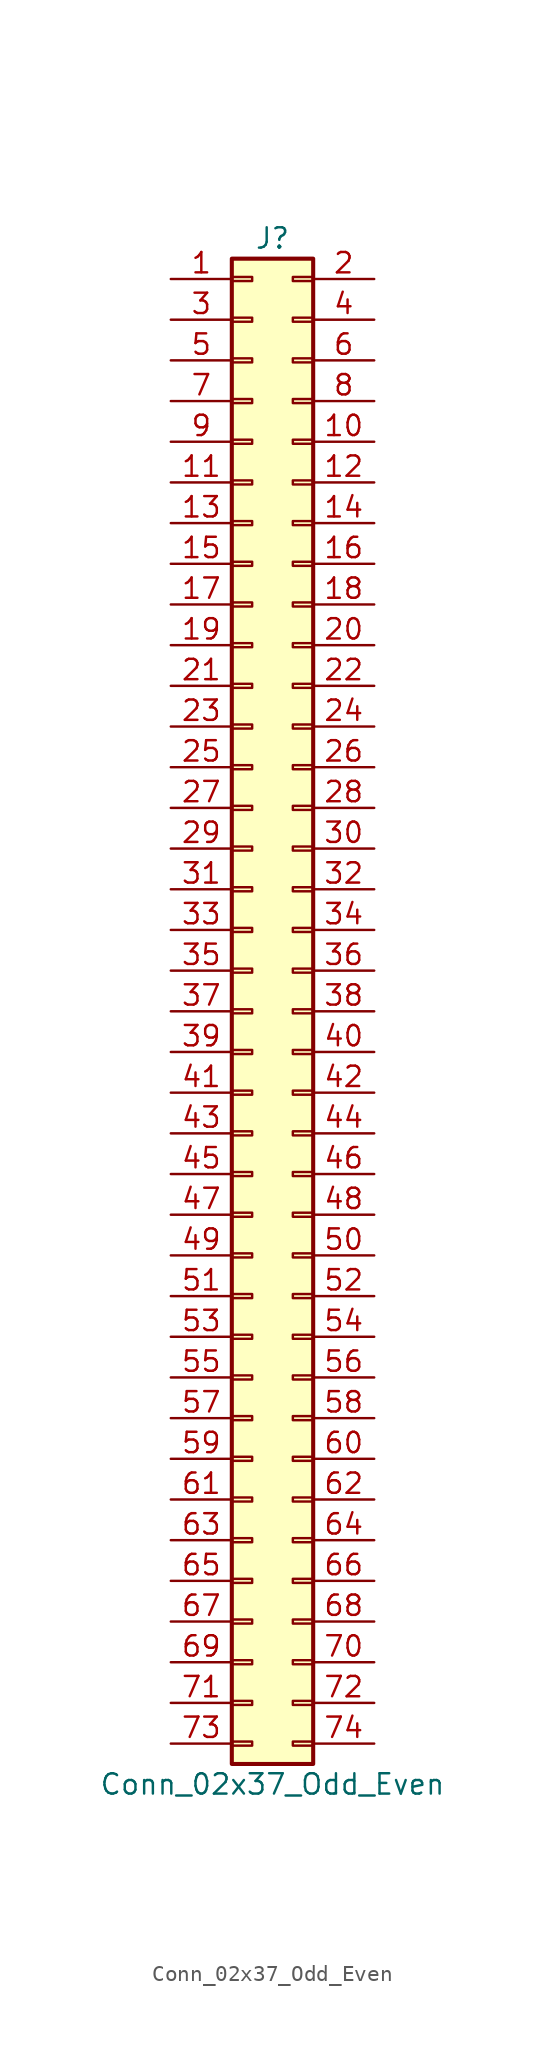
<source format=kicad_sym>
(kicad_symbol_lib
  (version 20201005)
  (generator kicad_symbol_editor)
  (symbol "Conn_02x37_Odd_Even"
    (pin_names
      (offset 1.016) hide)
    (property "Reference" "J"
      (at 1.27 48.26 0)
      (effects (font (size 1.27 1.27))))
    (property "Value" "Conn_02x37_Odd_Even"
      (at 1.27 -48.26 0)
      (effects (font (size 1.27 1.27))))
    (symbol "Conn_02x37_Odd_Even_1_1"
      (rectangle (start -1.27 -45.593) (end 0 -45.847) (stroke (width 0.152)) (fill (type none)))
      (rectangle (start -1.27 -43.053) (end 0 -43.307) (stroke (width 0.152)) (fill (type none)))
      (rectangle (start -1.27 -40.513) (end 0 -40.767) (stroke (width 0.152)) (fill (type none)))
      (rectangle (start -1.27 -37.973) (end 0 -38.227) (stroke (width 0.152)) (fill (type none)))
      (rectangle (start -1.27 -35.433) (end 0 -35.687) (stroke (width 0.152)) (fill (type none)))
      (rectangle (start -1.27 -32.893) (end 0 -33.147) (stroke (width 0.152)) (fill (type none)))
      (rectangle (start -1.27 -30.353) (end 0 -30.607) (stroke (width 0.152)) (fill (type none)))
      (rectangle (start -1.27 -27.813) (end 0 -28.067) (stroke (width 0.152)) (fill (type none)))
      (rectangle (start -1.27 -25.273) (end 0 -25.527) (stroke (width 0.152)) (fill (type none)))
      (rectangle (start -1.27 -22.733) (end 0 -22.987) (stroke (width 0.152)) (fill (type none)))
      (rectangle (start -1.27 -20.193) (end 0 -20.447) (stroke (width 0.152)) (fill (type none)))
      (rectangle (start -1.27 -17.653) (end 0 -17.907) (stroke (width 0.152)) (fill (type none)))
      (rectangle (start -1.27 -15.113) (end 0 -15.367) (stroke (width 0.152)) (fill (type none)))
      (rectangle (start -1.27 -12.573) (end 0 -12.827) (stroke (width 0.152)) (fill (type none)))
      (rectangle (start -1.27 -10.033) (end 0 -10.287) (stroke (width 0.152)) (fill (type none)))
      (rectangle (start -1.27 -7.493) (end 0 -7.747) (stroke (width 0.152)) (fill (type none)))
      (rectangle (start -1.27 -4.953) (end 0 -5.207) (stroke (width 0.152)) (fill (type none)))
      (rectangle (start -1.27 -2.413) (end 0 -2.667) (stroke (width 0.152)) (fill (type none)))
      (rectangle (start -1.27 0.127) (end 0 -0.127) (stroke (width 0.152)) (fill (type none)))
      (rectangle (start -1.27 2.667) (end 0 2.413) (stroke (width 0.152)) (fill (type none)))
      (rectangle (start -1.27 5.207) (end 0 4.953) (stroke (width 0.152)) (fill (type none)))
      (rectangle (start -1.27 7.747) (end 0 7.493) (stroke (width 0.152)) (fill (type none)))
      (rectangle (start -1.27 10.287) (end 0 10.033) (stroke (width 0.152)) (fill (type none)))
      (rectangle (start -1.27 12.827) (end 0 12.573) (stroke (width 0.152)) (fill (type none)))
      (rectangle (start -1.27 15.367) (end 0 15.113) (stroke (width 0.152)) (fill (type none)))
      (rectangle (start -1.27 17.907) (end 0 17.653) (stroke (width 0.152)) (fill (type none)))
      (rectangle (start -1.27 20.447) (end 0 20.193) (stroke (width 0.152)) (fill (type none)))
      (rectangle (start -1.27 22.987) (end 0 22.733) (stroke (width 0.152)) (fill (type none)))
      (rectangle (start -1.27 25.527) (end 0 25.273) (stroke (width 0.152)) (fill (type none)))
      (rectangle (start -1.27 28.067) (end 0 27.813) (stroke (width 0.152)) (fill (type none)))
      (rectangle (start -1.27 30.607) (end 0 30.353) (stroke (width 0.152)) (fill (type none)))
      (rectangle (start -1.27 33.147) (end 0 32.893) (stroke (width 0.152)) (fill (type none)))
      (rectangle (start -1.27 35.687) (end 0 35.433) (stroke (width 0.152)) (fill (type none)))
      (rectangle (start -1.27 38.227) (end 0 37.973) (stroke (width 0.152)) (fill (type none)))
      (rectangle (start -1.27 40.767) (end 0 40.513) (stroke (width 0.152)) (fill (type none)))
      (rectangle (start -1.27 43.307) (end 0 43.053) (stroke (width 0.152)) (fill (type none)))
      (rectangle (start -1.27 45.847) (end 0 45.593) (stroke (width 0.152)) (fill (type none)))
      (rectangle (start -1.27 46.99) (end 3.81 -46.99) (stroke (width 0.254)) (fill (type background)))
      (rectangle (start 3.81 -45.593) (end 2.54 -45.847) (stroke (width 0.152)) (fill (type none)))
      (rectangle (start 3.81 -43.053) (end 2.54 -43.307) (stroke (width 0.152)) (fill (type none)))
      (rectangle (start 3.81 -40.513) (end 2.54 -40.767) (stroke (width 0.152)) (fill (type none)))
      (rectangle (start 3.81 -37.973) (end 2.54 -38.227) (stroke (width 0.152)) (fill (type none)))
      (rectangle (start 3.81 -35.433) (end 2.54 -35.687) (stroke (width 0.152)) (fill (type none)))
      (rectangle (start 3.81 -32.893) (end 2.54 -33.147) (stroke (width 0.152)) (fill (type none)))
      (rectangle (start 3.81 -30.353) (end 2.54 -30.607) (stroke (width 0.152)) (fill (type none)))
      (rectangle (start 3.81 -27.813) (end 2.54 -28.067) (stroke (width 0.152)) (fill (type none)))
      (rectangle (start 3.81 -25.273) (end 2.54 -25.527) (stroke (width 0.152)) (fill (type none)))
      (rectangle (start 3.81 -22.733) (end 2.54 -22.987) (stroke (width 0.152)) (fill (type none)))
      (rectangle (start 3.81 -20.193) (end 2.54 -20.447) (stroke (width 0.152)) (fill (type none)))
      (rectangle (start 3.81 -17.653) (end 2.54 -17.907) (stroke (width 0.152)) (fill (type none)))
      (rectangle (start 3.81 -15.113) (end 2.54 -15.367) (stroke (width 0.152)) (fill (type none)))
      (rectangle (start 3.81 -12.573) (end 2.54 -12.827) (stroke (width 0.152)) (fill (type none)))
      (rectangle (start 3.81 -10.033) (end 2.54 -10.287) (stroke (width 0.152)) (fill (type none)))
      (rectangle (start 3.81 -7.493) (end 2.54 -7.747) (stroke (width 0.152)) (fill (type none)))
      (rectangle (start 3.81 -4.953) (end 2.54 -5.207) (stroke (width 0.152)) (fill (type none)))
      (rectangle (start 3.81 -2.413) (end 2.54 -2.667) (stroke (width 0.152)) (fill (type none)))
      (rectangle (start 3.81 0.127) (end 2.54 -0.127) (stroke (width 0.152)) (fill (type none)))
      (rectangle (start 3.81 2.667) (end 2.54 2.413) (stroke (width 0.152)) (fill (type none)))
      (rectangle (start 3.81 5.207) (end 2.54 4.953) (stroke (width 0.152)) (fill (type none)))
      (rectangle (start 3.81 7.747) (end 2.54 7.493) (stroke (width 0.152)) (fill (type none)))
      (rectangle (start 3.81 10.287) (end 2.54 10.033) (stroke (width 0.152)) (fill (type none)))
      (rectangle (start 3.81 12.827) (end 2.54 12.573) (stroke (width 0.152)) (fill (type none)))
      (rectangle (start 3.81 15.367) (end 2.54 15.113) (stroke (width 0.152)) (fill (type none)))
      (rectangle (start 3.81 17.907) (end 2.54 17.653) (stroke (width 0.152)) (fill (type none)))
      (rectangle (start 3.81 20.447) (end 2.54 20.193) (stroke (width 0.152)) (fill (type none)))
      (rectangle (start 3.81 22.987) (end 2.54 22.733) (stroke (width 0.152)) (fill (type none)))
      (rectangle (start 3.81 25.527) (end 2.54 25.273) (stroke (width 0.152)) (fill (type none)))
      (rectangle (start 3.81 28.067) (end 2.54 27.813) (stroke (width 0.152)) (fill (type none)))
      (rectangle (start 3.81 30.607) (end 2.54 30.353) (stroke (width 0.152)) (fill (type none)))
      (rectangle (start 3.81 33.147) (end 2.54 32.893) (stroke (width 0.152)) (fill (type none)))
      (rectangle (start 3.81 35.687) (end 2.54 35.433) (stroke (width 0.152)) (fill (type none)))
      (rectangle (start 3.81 38.227) (end 2.54 37.973) (stroke (width 0.152)) (fill (type none)))
      (rectangle (start 3.81 40.767) (end 2.54 40.513) (stroke (width 0.152)) (fill (type none)))
      (rectangle (start 3.81 43.307) (end 2.54 43.053) (stroke (width 0.152)) (fill (type none)))
      (rectangle (start 3.81 45.847) (end 2.54 45.593) (stroke (width 0.152)) (fill (type none)))
      (pin passive line (at -5.08 45.72 0) (length 3.81) (name "Pin_1" (effects (font (size 1.27 1.27)))) (number "1" (effects (font (size 1.27 1.27)))))
      (pin passive line (at 7.62 35.56 180) (length 3.81) (name "Pin_10" (effects (font (size 1.27 1.27)))) (number "10" (effects (font (size 1.27 1.27)))))
      (pin passive line (at -5.08 33.02 0) (length 3.81) (name "Pin_11" (effects (font (size 1.27 1.27)))) (number "11" (effects (font (size 1.27 1.27)))))
      (pin passive line (at 7.62 33.02 180) (length 3.81) (name "Pin_12" (effects (font (size 1.27 1.27)))) (number "12" (effects (font (size 1.27 1.27)))))
      (pin passive line (at -5.08 30.48 0) (length 3.81) (name "Pin_13" (effects (font (size 1.27 1.27)))) (number "13" (effects (font (size 1.27 1.27)))))
      (pin passive line (at 7.62 30.48 180) (length 3.81) (name "Pin_14" (effects (font (size 1.27 1.27)))) (number "14" (effects (font (size 1.27 1.27)))))
      (pin passive line (at -5.08 27.94 0) (length 3.81) (name "Pin_15" (effects (font (size 1.27 1.27)))) (number "15" (effects (font (size 1.27 1.27)))))
      (pin passive line (at 7.62 27.94 180) (length 3.81) (name "Pin_16" (effects (font (size 1.27 1.27)))) (number "16" (effects (font (size 1.27 1.27)))))
      (pin passive line (at -5.08 25.4 0) (length 3.81) (name "Pin_17" (effects (font (size 1.27 1.27)))) (number "17" (effects (font (size 1.27 1.27)))))
      (pin passive line (at 7.62 25.4 180) (length 3.81) (name "Pin_18" (effects (font (size 1.27 1.27)))) (number "18" (effects (font (size 1.27 1.27)))))
      (pin passive line (at -5.08 22.86 0) (length 3.81) (name "Pin_19" (effects (font (size 1.27 1.27)))) (number "19" (effects (font (size 1.27 1.27)))))
      (pin passive line (at 7.62 45.72 180) (length 3.81) (name "Pin_2" (effects (font (size 1.27 1.27)))) (number "2" (effects (font (size 1.27 1.27)))))
      (pin passive line (at 7.62 22.86 180) (length 3.81) (name "Pin_20" (effects (font (size 1.27 1.27)))) (number "20" (effects (font (size 1.27 1.27)))))
      (pin passive line (at -5.08 20.32 0) (length 3.81) (name "Pin_21" (effects (font (size 1.27 1.27)))) (number "21" (effects (font (size 1.27 1.27)))))
      (pin passive line (at 7.62 20.32 180) (length 3.81) (name "Pin_22" (effects (font (size 1.27 1.27)))) (number "22" (effects (font (size 1.27 1.27)))))
      (pin passive line (at -5.08 17.78 0) (length 3.81) (name "Pin_23" (effects (font (size 1.27 1.27)))) (number "23" (effects (font (size 1.27 1.27)))))
      (pin passive line (at 7.62 17.78 180) (length 3.81) (name "Pin_24" (effects (font (size 1.27 1.27)))) (number "24" (effects (font (size 1.27 1.27)))))
      (pin passive line (at -5.08 15.24 0) (length 3.81) (name "Pin_25" (effects (font (size 1.27 1.27)))) (number "25" (effects (font (size 1.27 1.27)))))
      (pin passive line (at 7.62 15.24 180) (length 3.81) (name "Pin_26" (effects (font (size 1.27 1.27)))) (number "26" (effects (font (size 1.27 1.27)))))
      (pin passive line (at -5.08 12.7 0) (length 3.81) (name "Pin_27" (effects (font (size 1.27 1.27)))) (number "27" (effects (font (size 1.27 1.27)))))
      (pin passive line (at 7.62 12.7 180) (length 3.81) (name "Pin_28" (effects (font (size 1.27 1.27)))) (number "28" (effects (font (size 1.27 1.27)))))
      (pin passive line (at -5.08 10.16 0) (length 3.81) (name "Pin_29" (effects (font (size 1.27 1.27)))) (number "29" (effects (font (size 1.27 1.27)))))
      (pin passive line (at -5.08 43.18 0) (length 3.81) (name "Pin_3" (effects (font (size 1.27 1.27)))) (number "3" (effects (font (size 1.27 1.27)))))
      (pin passive line (at 7.62 10.16 180) (length 3.81) (name "Pin_30" (effects (font (size 1.27 1.27)))) (number "30" (effects (font (size 1.27 1.27)))))
      (pin passive line (at -5.08 7.62 0) (length 3.81) (name "Pin_31" (effects (font (size 1.27 1.27)))) (number "31" (effects (font (size 1.27 1.27)))))
      (pin passive line (at 7.62 7.62 180) (length 3.81) (name "Pin_32" (effects (font (size 1.27 1.27)))) (number "32" (effects (font (size 1.27 1.27)))))
      (pin passive line (at -5.08 5.08 0) (length 3.81) (name "Pin_33" (effects (font (size 1.27 1.27)))) (number "33" (effects (font (size 1.27 1.27)))))
      (pin passive line (at 7.62 5.08 180) (length 3.81) (name "Pin_34" (effects (font (size 1.27 1.27)))) (number "34" (effects (font (size 1.27 1.27)))))
      (pin passive line (at -5.08 2.54 0) (length 3.81) (name "Pin_35" (effects (font (size 1.27 1.27)))) (number "35" (effects (font (size 1.27 1.27)))))
      (pin passive line (at 7.62 2.54 180) (length 3.81) (name "Pin_36" (effects (font (size 1.27 1.27)))) (number "36" (effects (font (size 1.27 1.27)))))
      (pin passive line (at -5.08 0 0) (length 3.81) (name "Pin_37" (effects (font (size 1.27 1.27)))) (number "37" (effects (font (size 1.27 1.27)))))
      (pin passive line (at 7.62 0 180) (length 3.81) (name "Pin_38" (effects (font (size 1.27 1.27)))) (number "38" (effects (font (size 1.27 1.27)))))
      (pin passive line (at -5.08 -2.54 0) (length 3.81) (name "Pin_39" (effects (font (size 1.27 1.27)))) (number "39" (effects (font (size 1.27 1.27)))))
      (pin passive line (at 7.62 43.18 180) (length 3.81) (name "Pin_4" (effects (font (size 1.27 1.27)))) (number "4" (effects (font (size 1.27 1.27)))))
      (pin passive line (at 7.62 -2.54 180) (length 3.81) (name "Pin_40" (effects (font (size 1.27 1.27)))) (number "40" (effects (font (size 1.27 1.27)))))
      (pin passive line (at -5.08 -5.08 0) (length 3.81) (name "Pin_41" (effects (font (size 1.27 1.27)))) (number "41" (effects (font (size 1.27 1.27)))))
      (pin passive line (at 7.62 -5.08 180) (length 3.81) (name "Pin_42" (effects (font (size 1.27 1.27)))) (number "42" (effects (font (size 1.27 1.27)))))
      (pin passive line (at -5.08 -7.62 0) (length 3.81) (name "Pin_43" (effects (font (size 1.27 1.27)))) (number "43" (effects (font (size 1.27 1.27)))))
      (pin passive line (at 7.62 -7.62 180) (length 3.81) (name "Pin_44" (effects (font (size 1.27 1.27)))) (number "44" (effects (font (size 1.27 1.27)))))
      (pin passive line (at -5.08 -10.16 0) (length 3.81) (name "Pin_45" (effects (font (size 1.27 1.27)))) (number "45" (effects (font (size 1.27 1.27)))))
      (pin passive line (at 7.62 -10.16 180) (length 3.81) (name "Pin_46" (effects (font (size 1.27 1.27)))) (number "46" (effects (font (size 1.27 1.27)))))
      (pin passive line (at -5.08 -12.7 0) (length 3.81) (name "Pin_47" (effects (font (size 1.27 1.27)))) (number "47" (effects (font (size 1.27 1.27)))))
      (pin passive line (at 7.62 -12.7 180) (length 3.81) (name "Pin_48" (effects (font (size 1.27 1.27)))) (number "48" (effects (font (size 1.27 1.27)))))
      (pin passive line (at -5.08 -15.24 0) (length 3.81) (name "Pin_49" (effects (font (size 1.27 1.27)))) (number "49" (effects (font (size 1.27 1.27)))))
      (pin passive line (at -5.08 40.64 0) (length 3.81) (name "Pin_5" (effects (font (size 1.27 1.27)))) (number "5" (effects (font (size 1.27 1.27)))))
      (pin passive line (at 7.62 -15.24 180) (length 3.81) (name "Pin_50" (effects (font (size 1.27 1.27)))) (number "50" (effects (font (size 1.27 1.27)))))
      (pin passive line (at -5.08 -17.78 0) (length 3.81) (name "Pin_51" (effects (font (size 1.27 1.27)))) (number "51" (effects (font (size 1.27 1.27)))))
      (pin passive line (at 7.62 -17.78 180) (length 3.81) (name "Pin_52" (effects (font (size 1.27 1.27)))) (number "52" (effects (font (size 1.27 1.27)))))
      (pin passive line (at -5.08 -20.32 0) (length 3.81) (name "Pin_53" (effects (font (size 1.27 1.27)))) (number "53" (effects (font (size 1.27 1.27)))))
      (pin passive line (at 7.62 -20.32 180) (length 3.81) (name "Pin_54" (effects (font (size 1.27 1.27)))) (number "54" (effects (font (size 1.27 1.27)))))
      (pin passive line (at -5.08 -22.86 0) (length 3.81) (name "Pin_55" (effects (font (size 1.27 1.27)))) (number "55" (effects (font (size 1.27 1.27)))))
      (pin passive line (at 7.62 -22.86 180) (length 3.81) (name "Pin_56" (effects (font (size 1.27 1.27)))) (number "56" (effects (font (size 1.27 1.27)))))
      (pin passive line (at -5.08 -25.4 0) (length 3.81) (name "Pin_57" (effects (font (size 1.27 1.27)))) (number "57" (effects (font (size 1.27 1.27)))))
      (pin passive line (at 7.62 -25.4 180) (length 3.81) (name "Pin_58" (effects (font (size 1.27 1.27)))) (number "58" (effects (font (size 1.27 1.27)))))
      (pin passive line (at -5.08 -27.94 0) (length 3.81) (name "Pin_59" (effects (font (size 1.27 1.27)))) (number "59" (effects (font (size 1.27 1.27)))))
      (pin passive line (at 7.62 40.64 180) (length 3.81) (name "Pin_6" (effects (font (size 1.27 1.27)))) (number "6" (effects (font (size 1.27 1.27)))))
      (pin passive line (at 7.62 -27.94 180) (length 3.81) (name "Pin_60" (effects (font (size 1.27 1.27)))) (number "60" (effects (font (size 1.27 1.27)))))
      (pin passive line (at -5.08 -30.48 0) (length 3.81) (name "Pin_61" (effects (font (size 1.27 1.27)))) (number "61" (effects (font (size 1.27 1.27)))))
      (pin passive line (at 7.62 -30.48 180) (length 3.81) (name "Pin_62" (effects (font (size 1.27 1.27)))) (number "62" (effects (font (size 1.27 1.27)))))
      (pin passive line (at -5.08 -33.02 0) (length 3.81) (name "Pin_63" (effects (font (size 1.27 1.27)))) (number "63" (effects (font (size 1.27 1.27)))))
      (pin passive line (at 7.62 -33.02 180) (length 3.81) (name "Pin_64" (effects (font (size 1.27 1.27)))) (number "64" (effects (font (size 1.27 1.27)))))
      (pin passive line (at -5.08 -35.56 0) (length 3.81) (name "Pin_65" (effects (font (size 1.27 1.27)))) (number "65" (effects (font (size 1.27 1.27)))))
      (pin passive line (at 7.62 -35.56 180) (length 3.81) (name "Pin_66" (effects (font (size 1.27 1.27)))) (number "66" (effects (font (size 1.27 1.27)))))
      (pin passive line (at -5.08 -38.1 0) (length 3.81) (name "Pin_67" (effects (font (size 1.27 1.27)))) (number "67" (effects (font (size 1.27 1.27)))))
      (pin passive line (at 7.62 -38.1 180) (length 3.81) (name "Pin_68" (effects (font (size 1.27 1.27)))) (number "68" (effects (font (size 1.27 1.27)))))
      (pin passive line (at -5.08 -40.64 0) (length 3.81) (name "Pin_69" (effects (font (size 1.27 1.27)))) (number "69" (effects (font (size 1.27 1.27)))))
      (pin passive line (at -5.08 38.1 0) (length 3.81) (name "Pin_7" (effects (font (size 1.27 1.27)))) (number "7" (effects (font (size 1.27 1.27)))))
      (pin passive line (at 7.62 -40.64 180) (length 3.81) (name "Pin_70" (effects (font (size 1.27 1.27)))) (number "70" (effects (font (size 1.27 1.27)))))
      (pin passive line (at -5.08 -43.18 0) (length 3.81) (name "Pin_71" (effects (font (size 1.27 1.27)))) (number "71" (effects (font (size 1.27 1.27)))))
      (pin passive line (at 7.62 -43.18 180) (length 3.81) (name "Pin_72" (effects (font (size 1.27 1.27)))) (number "72" (effects (font (size 1.27 1.27)))))
      (pin passive line (at -5.08 -45.72 0) (length 3.81) (name "Pin_73" (effects (font (size 1.27 1.27)))) (number "73" (effects (font (size 1.27 1.27)))))
      (pin passive line (at 7.62 -45.72 180) (length 3.81) (name "Pin_74" (effects (font (size 1.27 1.27)))) (number "74" (effects (font (size 1.27 1.27)))))
      (pin passive line (at 7.62 38.1 180) (length 3.81) (name "Pin_8" (effects (font (size 1.27 1.27)))) (number "8" (effects (font (size 1.27 1.27)))))
      (pin passive line (at -5.08 35.56 0) (length 3.81) (name "Pin_9" (effects (font (size 1.27 1.27)))) (number "9" (effects (font (size 1.27 1.27))))))))
</source>
